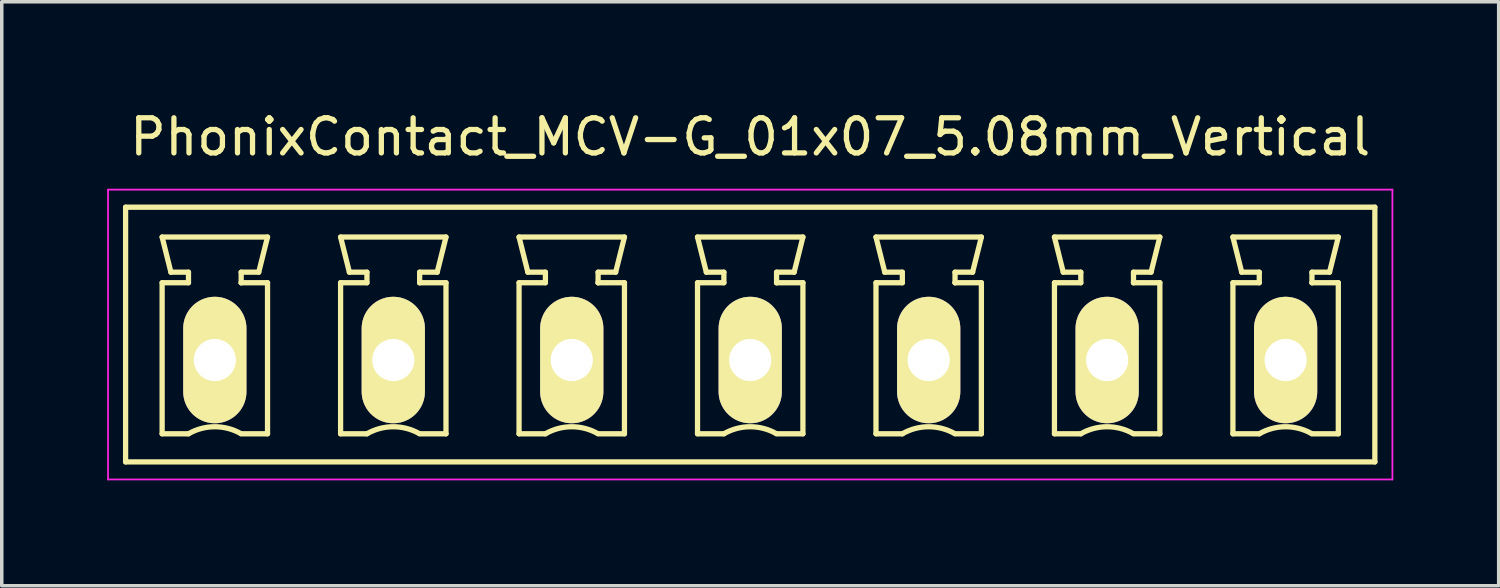
<source format=kicad_pcb>
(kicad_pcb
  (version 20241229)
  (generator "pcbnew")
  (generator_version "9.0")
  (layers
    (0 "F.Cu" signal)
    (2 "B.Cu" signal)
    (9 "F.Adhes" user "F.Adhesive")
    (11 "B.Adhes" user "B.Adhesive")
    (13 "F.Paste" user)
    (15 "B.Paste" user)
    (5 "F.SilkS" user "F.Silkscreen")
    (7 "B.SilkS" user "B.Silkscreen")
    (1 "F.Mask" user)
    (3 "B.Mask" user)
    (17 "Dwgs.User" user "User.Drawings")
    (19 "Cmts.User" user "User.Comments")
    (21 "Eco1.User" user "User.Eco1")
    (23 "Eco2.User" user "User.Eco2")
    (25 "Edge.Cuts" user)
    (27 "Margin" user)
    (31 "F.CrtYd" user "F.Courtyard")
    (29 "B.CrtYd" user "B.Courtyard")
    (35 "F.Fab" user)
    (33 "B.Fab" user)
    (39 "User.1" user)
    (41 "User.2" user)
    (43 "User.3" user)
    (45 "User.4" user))
  (footprint "PhonixContact_MCV-G_01x07_5.08mm_Vertical"
    (layer "F.Cu")
    (at 3.065 7.198)
    (property "Reference" "PhonixContact_MCV-G_01x07_5.08mm_Vertical" (at 15.24 -6.35 0) (layer "F.SilkS") (effects (font (size 1 1) (thickness 0.15))))
    (attr through_hole)
    (fp_line (start -2.54 -4.35) (end -2.54 2.9) (stroke (width 0.15) (type solid)) (layer "F.SilkS"))
    (fp_line (start -2.54 2.9) (end 33.02 2.9) (stroke (width 0.15) (type solid)) (layer "F.SilkS"))
    (fp_line (start -1.5 -3.5) (end 1.5 -3.5) (stroke (width 0.15) (type solid)) (layer "F.SilkS"))
    (fp_line (start -1.5 -2.2) (end -0.75 -2.2) (stroke (width 0.15) (type solid)) (layer "F.SilkS"))
    (fp_line (start -1.5 2.1) (end -1.5 -2.2) (stroke (width 0.15) (type solid)) (layer "F.SilkS"))
    (fp_line (start -1.25 -2.5) (end -1.5 -3.5) (stroke (width 0.15) (type solid)) (layer "F.SilkS"))
    (fp_line (start -0.75 -2.5) (end -1.25 -2.5) (stroke (width 0.15) (type solid)) (layer "F.SilkS"))
    (fp_line (start -0.75 -2.2) (end -0.75 -2.5) (stroke (width 0.15) (type solid)) (layer "F.SilkS"))
    (fp_line (start -0.75 2.1) (end -1.5 2.1) (stroke (width 0.15) (type solid)) (layer "F.SilkS"))
    (fp_line (start 0.75 -2.5) (end 0.75 -2.2) (stroke (width 0.15) (type solid)) (layer "F.SilkS"))
    (fp_line (start 0.75 -2.2) (end 0.75 -2.2) (stroke (width 0.15) (type solid)) (layer "F.SilkS"))
    (fp_line (start 0.75 -2.2) (end 1.5 -2.2) (stroke (width 0.15) (type solid)) (layer "F.SilkS"))
    (fp_line (start 1.25 -2.5) (end 0.75 -2.5) (stroke (width 0.15) (type solid)) (layer "F.SilkS"))
    (fp_line (start 1.5 -3.5) (end 1.25 -2.5) (stroke (width 0.15) (type solid)) (layer "F.SilkS"))
    (fp_line (start 1.5 -2.2) (end 1.5 2.1) (stroke (width 0.15) (type solid)) (layer "F.SilkS"))
    (fp_line (start 1.5 2.1) (end 0.75 2.1) (stroke (width 0.15) (type solid)) (layer "F.SilkS"))
    (fp_line (start 3.58 -3.5) (end 6.58 -3.5) (stroke (width 0.15) (type solid)) (layer "F.SilkS"))
    (fp_line (start 3.58 -2.2) (end 4.33 -2.2) (stroke (width 0.15) (type solid)) (layer "F.SilkS"))
    (fp_line (start 3.58 2.1) (end 3.58 -2.2) (stroke (width 0.15) (type solid)) (layer "F.SilkS"))
    (fp_line (start 3.83 -2.5) (end 3.58 -3.5) (stroke (width 0.15) (type solid)) (layer "F.SilkS"))
    (fp_line (start 4.33 -2.5) (end 3.83 -2.5) (stroke (width 0.15) (type solid)) (layer "F.SilkS"))
    (fp_line (start 4.33 -2.2) (end 4.33 -2.5) (stroke (width 0.15) (type solid)) (layer "F.SilkS"))
    (fp_line (start 4.33 2.1) (end 3.58 2.1) (stroke (width 0.15) (type solid)) (layer "F.SilkS"))
    (fp_line (start 5.83 -2.5) (end 5.83 -2.2) (stroke (width 0.15) (type solid)) (layer "F.SilkS"))
    (fp_line (start 5.83 -2.2) (end 5.83 -2.2) (stroke (width 0.15) (type solid)) (layer "F.SilkS"))
    (fp_line (start 5.83 -2.2) (end 6.58 -2.2) (stroke (width 0.15) (type solid)) (layer "F.SilkS"))
    (fp_line (start 6.33 -2.5) (end 5.83 -2.5) (stroke (width 0.15) (type solid)) (layer "F.SilkS"))
    (fp_line (start 6.58 -3.5) (end 6.33 -2.5) (stroke (width 0.15) (type solid)) (layer "F.SilkS"))
    (fp_line (start 6.58 -2.2) (end 6.58 2.1) (stroke (width 0.15) (type solid)) (layer "F.SilkS"))
    (fp_line (start 6.58 2.1) (end 5.83 2.1) (stroke (width 0.15) (type solid)) (layer "F.SilkS"))
    (fp_line (start 8.66 -3.5) (end 11.66 -3.5) (stroke (width 0.15) (type solid)) (layer "F.SilkS"))
    (fp_line (start 8.66 -2.2) (end 9.41 -2.2) (stroke (width 0.15) (type solid)) (layer "F.SilkS"))
    (fp_line (start 8.66 2.1) (end 8.66 -2.2) (stroke (width 0.15) (type solid)) (layer "F.SilkS"))
    (fp_line (start 8.91 -2.5) (end 8.66 -3.5) (stroke (width 0.15) (type solid)) (layer "F.SilkS"))
    (fp_line (start 9.41 -2.5) (end 8.91 -2.5) (stroke (width 0.15) (type solid)) (layer "F.SilkS"))
    (fp_line (start 9.41 -2.2) (end 9.41 -2.5) (stroke (width 0.15) (type solid)) (layer "F.SilkS"))
    (fp_line (start 9.41 2.1) (end 8.66 2.1) (stroke (width 0.15) (type solid)) (layer "F.SilkS"))
    (fp_line (start 10.91 -2.5) (end 10.91 -2.2) (stroke (width 0.15) (type solid)) (layer "F.SilkS"))
    (fp_line (start 10.91 -2.2) (end 10.91 -2.2) (stroke (width 0.15) (type solid)) (layer "F.SilkS"))
    (fp_line (start 10.91 -2.2) (end 11.66 -2.2) (stroke (width 0.15) (type solid)) (layer "F.SilkS"))
    (fp_line (start 11.41 -2.5) (end 10.91 -2.5) (stroke (width 0.15) (type solid)) (layer "F.SilkS"))
    (fp_line (start 11.66 -3.5) (end 11.41 -2.5) (stroke (width 0.15) (type solid)) (layer "F.SilkS"))
    (fp_line (start 11.66 -2.2) (end 11.66 2.1) (stroke (width 0.15) (type solid)) (layer "F.SilkS"))
    (fp_line (start 11.66 2.1) (end 10.91 2.1) (stroke (width 0.15) (type solid)) (layer "F.SilkS"))
    (fp_line (start 13.74 -3.5) (end 16.74 -3.5) (stroke (width 0.15) (type solid)) (layer "F.SilkS"))
    (fp_line (start 13.74 -2.2) (end 14.49 -2.2) (stroke (width 0.15) (type solid)) (layer "F.SilkS"))
    (fp_line (start 13.74 2.1) (end 13.74 -2.2) (stroke (width 0.15) (type solid)) (layer "F.SilkS"))
    (fp_line (start 13.99 -2.5) (end 13.74 -3.5) (stroke (width 0.15) (type solid)) (layer "F.SilkS"))
    (fp_line (start 14.49 -2.5) (end 13.99 -2.5) (stroke (width 0.15) (type solid)) (layer "F.SilkS"))
    (fp_line (start 14.49 -2.2) (end 14.49 -2.5) (stroke (width 0.15) (type solid)) (layer "F.SilkS"))
    (fp_line (start 14.49 2.1) (end 13.74 2.1) (stroke (width 0.15) (type solid)) (layer "F.SilkS"))
    (fp_line (start 15.99 -2.5) (end 15.99 -2.2) (stroke (width 0.15) (type solid)) (layer "F.SilkS"))
    (fp_line (start 15.99 -2.2) (end 15.99 -2.2) (stroke (width 0.15) (type solid)) (layer "F.SilkS"))
    (fp_line (start 15.99 -2.2) (end 16.74 -2.2) (stroke (width 0.15) (type solid)) (layer "F.SilkS"))
    (fp_line (start 16.49 -2.5) (end 15.99 -2.5) (stroke (width 0.15) (type solid)) (layer "F.SilkS"))
    (fp_line (start 16.74 -3.5) (end 16.49 -2.5) (stroke (width 0.15) (type solid)) (layer "F.SilkS"))
    (fp_line (start 16.74 -2.2) (end 16.74 2.1) (stroke (width 0.15) (type solid)) (layer "F.SilkS"))
    (fp_line (start 16.74 2.1) (end 15.99 2.1) (stroke (width 0.15) (type solid)) (layer "F.SilkS"))
    (fp_line (start 18.82 -3.5) (end 21.82 -3.5) (stroke (width 0.15) (type solid)) (layer "F.SilkS"))
    (fp_line (start 18.82 -2.2) (end 19.57 -2.2) (stroke (width 0.15) (type solid)) (layer "F.SilkS"))
    (fp_line (start 18.82 2.1) (end 18.82 -2.2) (stroke (width 0.15) (type solid)) (layer "F.SilkS"))
    (fp_line (start 19.07 -2.5) (end 18.82 -3.5) (stroke (width 0.15) (type solid)) (layer "F.SilkS"))
    (fp_line (start 19.57 -2.5) (end 19.07 -2.5) (stroke (width 0.15) (type solid)) (layer "F.SilkS"))
    (fp_line (start 19.57 -2.2) (end 19.57 -2.5) (stroke (width 0.15) (type solid)) (layer "F.SilkS"))
    (fp_line (start 19.57 2.1) (end 18.82 2.1) (stroke (width 0.15) (type solid)) (layer "F.SilkS"))
    (fp_line (start 21.07 -2.5) (end 21.07 -2.2) (stroke (width 0.15) (type solid)) (layer "F.SilkS"))
    (fp_line (start 21.07 -2.2) (end 21.07 -2.2) (stroke (width 0.15) (type solid)) (layer "F.SilkS"))
    (fp_line (start 21.07 -2.2) (end 21.82 -2.2) (stroke (width 0.15) (type solid)) (layer "F.SilkS"))
    (fp_line (start 21.57 -2.5) (end 21.07 -2.5) (stroke (width 0.15) (type solid)) (layer "F.SilkS"))
    (fp_line (start 21.82 -3.5) (end 21.57 -2.5) (stroke (width 0.15) (type solid)) (layer "F.SilkS"))
    (fp_line (start 21.82 -2.2) (end 21.82 2.1) (stroke (width 0.15) (type solid)) (layer "F.SilkS"))
    (fp_line (start 21.82 2.1) (end 21.07 2.1) (stroke (width 0.15) (type solid)) (layer "F.SilkS"))
    (fp_line (start 23.9 -3.5) (end 26.9 -3.5) (stroke (width 0.15) (type solid)) (layer "F.SilkS"))
    (fp_line (start 23.9 -2.2) (end 24.65 -2.2) (stroke (width 0.15) (type solid)) (layer "F.SilkS"))
    (fp_line (start 23.9 2.1) (end 23.9 -2.2) (stroke (width 0.15) (type solid)) (layer "F.SilkS"))
    (fp_line (start 24.15 -2.5) (end 23.9 -3.5) (stroke (width 0.15) (type solid)) (layer "F.SilkS"))
    (fp_line (start 24.65 -2.5) (end 24.15 -2.5) (stroke (width 0.15) (type solid)) (layer "F.SilkS"))
    (fp_line (start 24.65 -2.2) (end 24.65 -2.5) (stroke (width 0.15) (type solid)) (layer "F.SilkS"))
    (fp_line (start 24.65 2.1) (end 23.9 2.1) (stroke (width 0.15) (type solid)) (layer "F.SilkS"))
    (fp_line (start 26.15 -2.5) (end 26.15 -2.2) (stroke (width 0.15) (type solid)) (layer "F.SilkS"))
    (fp_line (start 26.15 -2.2) (end 26.15 -2.2) (stroke (width 0.15) (type solid)) (layer "F.SilkS"))
    (fp_line (start 26.15 -2.2) (end 26.9 -2.2) (stroke (width 0.15) (type solid)) (layer "F.SilkS"))
    (fp_line (start 26.65 -2.5) (end 26.15 -2.5) (stroke (width 0.15) (type solid)) (layer "F.SilkS"))
    (fp_line (start 26.9 -3.5) (end 26.65 -2.5) (stroke (width 0.15) (type solid)) (layer "F.SilkS"))
    (fp_line (start 26.9 -2.2) (end 26.9 2.1) (stroke (width 0.15) (type solid)) (layer "F.SilkS"))
    (fp_line (start 26.9 2.1) (end 26.15 2.1) (stroke (width 0.15) (type solid)) (layer "F.SilkS"))
    (fp_line (start 28.98 -3.5) (end 31.98 -3.5) (stroke (width 0.15) (type solid)) (layer "F.SilkS"))
    (fp_line (start 28.98 -2.2) (end 29.73 -2.2) (stroke (width 0.15) (type solid)) (layer "F.SilkS"))
    (fp_line (start 28.98 2.1) (end 28.98 -2.2) (stroke (width 0.15) (type solid)) (layer "F.SilkS"))
    (fp_line (start 29.23 -2.5) (end 28.98 -3.5) (stroke (width 0.15) (type solid)) (layer "F.SilkS"))
    (fp_line (start 29.73 -2.5) (end 29.23 -2.5) (stroke (width 0.15) (type solid)) (layer "F.SilkS"))
    (fp_line (start 29.73 -2.2) (end 29.73 -2.5) (stroke (width 0.15) (type solid)) (layer "F.SilkS"))
    (fp_line (start 29.73 2.1) (end 28.98 2.1) (stroke (width 0.15) (type solid)) (layer "F.SilkS"))
    (fp_line (start 31.23 -2.5) (end 31.23 -2.2) (stroke (width 0.15) (type solid)) (layer "F.SilkS"))
    (fp_line (start 31.23 -2.2) (end 31.23 -2.2) (stroke (width 0.15) (type solid)) (layer "F.SilkS"))
    (fp_line (start 31.23 -2.2) (end 31.98 -2.2) (stroke (width 0.15) (type solid)) (layer "F.SilkS"))
    (fp_line (start 31.73 -2.5) (end 31.23 -2.5) (stroke (width 0.15) (type solid)) (layer "F.SilkS"))
    (fp_line (start 31.98 -3.5) (end 31.73 -2.5) (stroke (width 0.15) (type solid)) (layer "F.SilkS"))
    (fp_line (start 31.98 -2.2) (end 31.98 2.1) (stroke (width 0.15) (type solid)) (layer "F.SilkS"))
    (fp_line (start 31.98 2.1) (end 31.23 2.1) (stroke (width 0.15) (type solid)) (layer "F.SilkS"))
    (fp_line (start 33.02 -4.35) (end -2.54 -4.35) (stroke (width 0.15) (type solid)) (layer "F.SilkS"))
    (fp_line (start 33.02 2.9) (end 33.02 -4.35) (stroke (width 0.15) (type solid)) (layer "F.SilkS"))
    (fp_arc (start -0.75 2.1) (mid -0.006068 1.899179) (end 0.739464 2.093978) (stroke (width 0.15) (type solid)) (layer "F.SilkS"))
    (fp_arc (start 4.33 2.1) (mid 5.073932 1.899179) (end 5.819464 2.093978) (stroke (width 0.15) (type solid)) (layer "F.SilkS"))
    (fp_arc (start 9.41 2.1) (mid 10.153932 1.899179) (end 10.899464 2.093978) (stroke (width 0.15) (type solid)) (layer "F.SilkS"))
    (fp_arc (start 14.49 2.1) (mid 15.233932 1.899179) (end 15.979464 2.093978) (stroke (width 0.15) (type solid)) (layer "F.SilkS"))
    (fp_arc (start 19.57 2.1) (mid 20.313932 1.899179) (end 21.059464 2.093978) (stroke (width 0.15) (type solid)) (layer "F.SilkS"))
    (fp_arc (start 24.65 2.1) (mid 25.393932 1.899179) (end 26.139464 2.093978) (stroke (width 0.15) (type solid)) (layer "F.SilkS"))
    (fp_arc (start 29.73 2.1) (mid 30.473932 1.899179) (end 31.219464 2.093978) (stroke (width 0.15) (type solid)) (layer "F.SilkS"))
    (fp_line (start -3.04 -4.85) (end -3.04 3.4) (stroke (width 0.05) (type solid)) (layer "F.CrtYd"))
    (fp_line (start -3.04 3.4) (end 33.52 3.4) (stroke (width 0.05) (type solid)) (layer "F.CrtYd"))
    (fp_line (start 33.52 -4.85) (end -3.04 -4.85) (stroke (width 0.05) (type solid)) (layer "F.CrtYd"))
    (fp_line (start 33.52 3.4) (end 33.52 -4.85) (stroke (width 0.05) (type solid)) (layer "F.CrtYd"))
    (pad "1" thru_hole oval (at 0 0) (size 1.8 3.6) (drill 1.2) (layers "*.Cu" "*.Mask" "F.SilkS"))
    (pad "2" thru_hole oval (at 5.08 0) (size 1.8 3.6) (drill 1.2) (layers "*.Cu" "*.Mask" "F.SilkS"))
    (pad "3" thru_hole oval (at 10.16 0) (size 1.8 3.6) (drill 1.2) (layers "*.Cu" "*.Mask" "F.SilkS"))
    (pad "4" thru_hole oval (at 15.24 0) (size 1.8 3.6) (drill 1.2) (layers "*.Cu" "*.Mask" "F.SilkS"))
    (pad "5" thru_hole oval (at 20.32 0) (size 1.8 3.6) (drill 1.2) (layers "*.Cu" "*.Mask" "F.SilkS"))
    (pad "6" thru_hole oval (at 25.4 0) (size 1.8 3.6) (drill 1.2) (layers "*.Cu" "*.Mask" "F.SilkS"))
    (pad "7" thru_hole oval (at 30.48 0) (size 1.8 3.6) (drill 1.2) (layers "*.Cu" "*.Mask" "F.SilkS")))
  (gr_rect
    (start -3 -3)
    (end 39.61 13.623)
    (stroke (width 0.1) (type default))
    (fill no)
    (layer "Edge.Cuts")))
</source>
